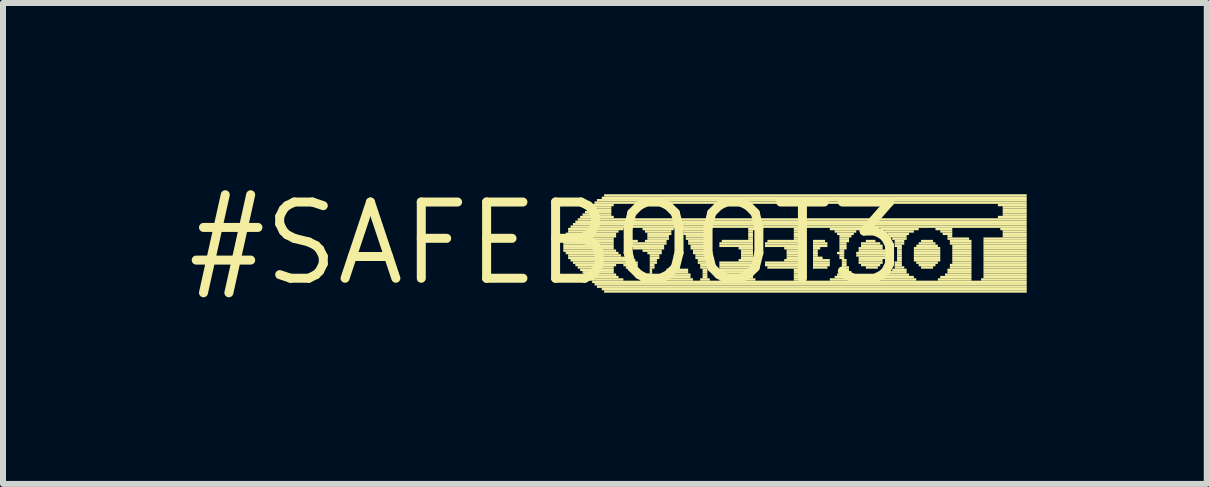
<source format=kicad_pcb>
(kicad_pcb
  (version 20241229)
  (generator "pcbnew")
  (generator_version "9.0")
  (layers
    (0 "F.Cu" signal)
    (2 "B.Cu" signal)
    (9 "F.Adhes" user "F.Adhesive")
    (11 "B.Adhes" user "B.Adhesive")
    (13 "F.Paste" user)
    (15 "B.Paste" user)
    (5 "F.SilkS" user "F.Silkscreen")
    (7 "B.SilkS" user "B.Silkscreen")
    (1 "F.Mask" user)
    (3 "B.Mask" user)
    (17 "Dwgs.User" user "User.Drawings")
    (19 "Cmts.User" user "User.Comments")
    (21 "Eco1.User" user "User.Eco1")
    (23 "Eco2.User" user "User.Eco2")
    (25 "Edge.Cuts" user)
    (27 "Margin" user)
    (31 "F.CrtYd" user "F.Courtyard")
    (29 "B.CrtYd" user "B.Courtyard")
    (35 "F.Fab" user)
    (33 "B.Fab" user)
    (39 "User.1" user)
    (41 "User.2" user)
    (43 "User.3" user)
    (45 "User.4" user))
  (footprint "#SAFEBOOT3"
    (layer "F.Cu")
    (at 6.055 1.006)
    (property "Reference" "#SAFEBOOT3" (at 0 0 0) (layer "F.SilkS") (effects (font (size 1.27 1.27) (thickness 0.15))))
    (fp_poly (pts (xy 0.28 -0.1) (xy 1.16 -0.1) (xy 1.16 -0.14) (xy 0.28 -0.14)) (stroke (width 0) (type solid)) (fill yes) (layer "F.SilkS"))
    (fp_poly (pts (xy 0.28 -0.06) (xy 1.12 -0.06) (xy 1.12 -0.1) (xy 0.28 -0.1)) (stroke (width 0) (type solid)) (fill yes) (layer "F.SilkS"))
    (fp_poly (pts (xy 0.28 -0.02) (xy 1.12 -0.02) (xy 1.12 -0.06) (xy 0.28 -0.06)) (stroke (width 0) (type solid)) (fill yes) (layer "F.SilkS"))
    (fp_poly (pts (xy 0.28 0.02) (xy 1.12 0.02) (xy 1.12 -0.02) (xy 0.28 -0.02)) (stroke (width 0) (type solid)) (fill yes) (layer "F.SilkS"))
    (fp_poly (pts (xy 0.28 0.06) (xy 1.12 0.06) (xy 1.12 0.02) (xy 0.28 0.02)) (stroke (width 0) (type solid)) (fill yes) (layer "F.SilkS"))
    (fp_poly (pts (xy 0.28 0.1) (xy 1.12 0.1) (xy 1.12 0.06) (xy 0.28 0.06)) (stroke (width 0) (type solid)) (fill yes) (layer "F.SilkS"))
    (fp_poly (pts (xy 0.28 0.14) (xy 1.16 0.14) (xy 1.16 0.1) (xy 0.28 0.1)) (stroke (width 0) (type solid)) (fill yes) (layer "F.SilkS"))
    (fp_poly (pts (xy 0.32 -0.14) (xy 1.16 -0.14) (xy 1.16 -0.18) (xy 0.32 -0.18)) (stroke (width 0) (type solid)) (fill yes) (layer "F.SilkS"))
    (fp_poly (pts (xy 0.32 0.18) (xy 1.2 0.18) (xy 1.2 0.14) (xy 0.32 0.14)) (stroke (width 0) (type solid)) (fill yes) (layer "F.SilkS"))
    (fp_poly (pts (xy 0.36 -0.22) (xy 1.28 -0.22) (xy 1.28 -0.26) (xy 0.36 -0.26)) (stroke (width 0) (type solid)) (fill yes) (layer "F.SilkS"))
    (fp_poly (pts (xy 0.36 -0.18) (xy 1.2 -0.18) (xy 1.2 -0.22) (xy 0.36 -0.22)) (stroke (width 0) (type solid)) (fill yes) (layer "F.SilkS"))
    (fp_poly (pts (xy 0.36 0.22) (xy 1.24 0.22) (xy 1.24 0.18) (xy 0.36 0.18)) (stroke (width 0) (type solid)) (fill yes) (layer "F.SilkS"))
    (fp_poly (pts (xy 0.36 0.26) (xy 1.32 0.26) (xy 1.32 0.22) (xy 0.36 0.22)) (stroke (width 0) (type solid)) (fill yes) (layer "F.SilkS"))
    (fp_poly (pts (xy 0.4 -0.26) (xy 8 -0.26) (xy 8 -0.3) (xy 0.4 -0.3)) (stroke (width 0) (type solid)) (fill yes) (layer "F.SilkS"))
    (fp_poly (pts (xy 0.4 0.3) (xy 1.48 0.3) (xy 1.48 0.26) (xy 0.4 0.26)) (stroke (width 0) (type solid)) (fill yes) (layer "F.SilkS"))
    (fp_poly (pts (xy 0.44 -0.3) (xy 8 -0.3) (xy 8 -0.34) (xy 0.44 -0.34)) (stroke (width 0) (type solid)) (fill yes) (layer "F.SilkS"))
    (fp_poly (pts (xy 0.44 0.34) (xy 1.52 0.34) (xy 1.52 0.3) (xy 0.44 0.3)) (stroke (width 0) (type solid)) (fill yes) (layer "F.SilkS"))
    (fp_poly (pts (xy 0.48 -0.34) (xy 8 -0.34) (xy 8 -0.38) (xy 0.48 -0.38)) (stroke (width 0) (type solid)) (fill yes) (layer "F.SilkS"))
    (fp_poly (pts (xy 0.48 0.38) (xy 1.16 0.38) (xy 1.16 0.34) (xy 0.48 0.34)) (stroke (width 0) (type solid)) (fill yes) (layer "F.SilkS"))
    (fp_poly (pts (xy 0.52 -0.38) (xy 8 -0.38) (xy 8 -0.42) (xy 0.52 -0.42)) (stroke (width 0) (type solid)) (fill yes) (layer "F.SilkS"))
    (fp_poly (pts (xy 0.52 0.42) (xy 1.12 0.42) (xy 1.12 0.38) (xy 0.52 0.38)) (stroke (width 0) (type solid)) (fill yes) (layer "F.SilkS"))
    (fp_poly (pts (xy 0.56 -0.42) (xy 1.12 -0.42) (xy 1.12 -0.46) (xy 0.56 -0.46)) (stroke (width 0) (type solid)) (fill yes) (layer "F.SilkS"))
    (fp_poly (pts (xy 0.56 0.46) (xy 1.12 0.46) (xy 1.12 0.42) (xy 0.56 0.42)) (stroke (width 0) (type solid)) (fill yes) (layer "F.SilkS"))
    (fp_poly (pts (xy 0.6 -0.46) (xy 1.08 -0.46) (xy 1.08 -0.5) (xy 0.6 -0.5)) (stroke (width 0) (type solid)) (fill yes) (layer "F.SilkS"))
    (fp_poly (pts (xy 0.6 0.5) (xy 1.12 0.5) (xy 1.12 0.46) (xy 0.6 0.46)) (stroke (width 0) (type solid)) (fill yes) (layer "F.SilkS"))
    (fp_poly (pts (xy 0.64 -0.5) (xy 1.08 -0.5) (xy 1.08 -0.54) (xy 0.64 -0.54)) (stroke (width 0) (type solid)) (fill yes) (layer "F.SilkS"))
    (fp_poly (pts (xy 0.64 0.54) (xy 1.16 0.54) (xy 1.16 0.5) (xy 0.64 0.5)) (stroke (width 0) (type solid)) (fill yes) (layer "F.SilkS"))
    (fp_poly (pts (xy 0.68 -0.54) (xy 1.08 -0.54) (xy 1.08 -0.58) (xy 0.68 -0.58)) (stroke (width 0) (type solid)) (fill yes) (layer "F.SilkS"))
    (fp_poly (pts (xy 0.68 0.58) (xy 1.2 0.58) (xy 1.2 0.54) (xy 0.68 0.54)) (stroke (width 0) (type solid)) (fill yes) (layer "F.SilkS"))
    (fp_poly (pts (xy 0.72 -0.58) (xy 1.08 -0.58) (xy 1.08 -0.62) (xy 0.72 -0.62)) (stroke (width 0) (type solid)) (fill yes) (layer "F.SilkS"))
    (fp_poly (pts (xy 0.72 0.62) (xy 1.28 0.62) (xy 1.28 0.58) (xy 0.72 0.58)) (stroke (width 0) (type solid)) (fill yes) (layer "F.SilkS"))
    (fp_poly (pts (xy 0.76 -0.62) (xy 1.12 -0.62) (xy 1.12 -0.66) (xy 0.76 -0.66)) (stroke (width 0) (type solid)) (fill yes) (layer "F.SilkS"))
    (fp_poly (pts (xy 0.76 0.66) (xy 8 0.66) (xy 8 0.62) (xy 0.76 0.62)) (stroke (width 0) (type solid)) (fill yes) (layer "F.SilkS"))
    (fp_poly (pts (xy 0.8 -0.66) (xy 8 -0.66) (xy 8 -0.7) (xy 0.8 -0.7)) (stroke (width 0) (type solid)) (fill yes) (layer "F.SilkS"))
    (fp_poly (pts (xy 0.8 0.7) (xy 8 0.7) (xy 8 0.66) (xy 0.8 0.66)) (stroke (width 0) (type solid)) (fill yes) (layer "F.SilkS"))
    (fp_poly (pts (xy 0.84 -0.7) (xy 8 -0.7) (xy 8 -0.74) (xy 0.84 -0.74)) (stroke (width 0) (type solid)) (fill yes) (layer "F.SilkS"))
    (fp_poly (pts (xy 0.84 0.74) (xy 8 0.74) (xy 8 0.7) (xy 0.84 0.7)) (stroke (width 0) (type solid)) (fill yes) (layer "F.SilkS"))
    (fp_poly (pts (xy 0.92 -0.74) (xy 8 -0.74) (xy 8 -0.78) (xy 0.92 -0.78)) (stroke (width 0) (type solid)) (fill yes) (layer "F.SilkS"))
    (fp_poly (pts (xy 0.92 0.78) (xy 8 0.78) (xy 8 0.74) (xy 0.92 0.74)) (stroke (width 0) (type solid)) (fill yes) (layer "F.SilkS"))
    (fp_poly (pts (xy 0.96 -0.78) (xy 8 -0.78) (xy 8 -0.82) (xy 0.96 -0.82)) (stroke (width 0) (type solid)) (fill yes) (layer "F.SilkS"))
    (fp_poly (pts (xy 0.96 0.82) (xy 8 0.82) (xy 8 0.78) (xy 0.96 0.78)) (stroke (width 0) (type solid)) (fill yes) (layer "F.SilkS"))
    (fp_poly (pts (xy 1.28 0.38) (xy 1.52 0.38) (xy 1.52 0.34) (xy 1.28 0.34)) (stroke (width 0) (type solid)) (fill yes) (layer "F.SilkS"))
    (fp_poly (pts (xy 1.32 -0.02) (xy 1.52 -0.02) (xy 1.52 -0.06) (xy 1.32 -0.06)) (stroke (width 0) (type solid)) (fill yes) (layer "F.SilkS"))
    (fp_poly (pts (xy 1.32 0.02) (xy 2 0.02) (xy 2 -0.02) (xy 1.32 -0.02)) (stroke (width 0) (type solid)) (fill yes) (layer "F.SilkS"))
    (fp_poly (pts (xy 1.32 0.42) (xy 1.52 0.42) (xy 1.52 0.38) (xy 1.32 0.38)) (stroke (width 0) (type solid)) (fill yes) (layer "F.SilkS"))
    (fp_poly (pts (xy 1.36 0.06) (xy 1.96 0.06) (xy 1.96 0.02) (xy 1.36 0.02)) (stroke (width 0) (type solid)) (fill yes) (layer "F.SilkS"))
    (fp_poly (pts (xy 1.44 0.1) (xy 1.96 0.1) (xy 1.96 0.06) (xy 1.44 0.06)) (stroke (width 0) (type solid)) (fill yes) (layer "F.SilkS"))
    (fp_poly (pts (xy 1.56 0.62) (xy 1.8 0.62) (xy 1.8 0.58) (xy 1.56 0.58)) (stroke (width 0) (type solid)) (fill yes) (layer "F.SilkS"))
    (fp_poly (pts (xy 1.6 -0.22) (xy 2.12 -0.22) (xy 2.12 -0.26) (xy 1.6 -0.26)) (stroke (width 0) (type solid)) (fill yes) (layer "F.SilkS"))
    (fp_poly (pts (xy 1.6 0.14) (xy 1.92 0.14) (xy 1.92 0.1) (xy 1.6 0.1)) (stroke (width 0) (type solid)) (fill yes) (layer "F.SilkS"))
    (fp_poly (pts (xy 1.64 -0.18) (xy 2.08 -0.18) (xy 2.08 -0.22) (xy 1.64 -0.22)) (stroke (width 0) (type solid)) (fill yes) (layer "F.SilkS"))
    (fp_poly (pts (xy 1.64 -0.02) (xy 2 -0.02) (xy 2 -0.06) (xy 1.64 -0.06)) (stroke (width 0) (type solid)) (fill yes) (layer "F.SilkS"))
    (fp_poly (pts (xy 1.64 0.58) (xy 1.76 0.58) (xy 1.76 0.54) (xy 1.64 0.54)) (stroke (width 0) (type solid)) (fill yes) (layer "F.SilkS"))
    (fp_poly (pts (xy 1.68 -0.14) (xy 2.08 -0.14) (xy 2.08 -0.18) (xy 1.68 -0.18)) (stroke (width 0) (type solid)) (fill yes) (layer "F.SilkS"))
    (fp_poly (pts (xy 1.68 -0.1) (xy 2.04 -0.1) (xy 2.04 -0.14) (xy 1.68 -0.14)) (stroke (width 0) (type solid)) (fill yes) (layer "F.SilkS"))
    (fp_poly (pts (xy 1.68 -0.06) (xy 2.04 -0.06) (xy 2.04 -0.1) (xy 1.68 -0.1)) (stroke (width 0) (type solid)) (fill yes) (layer "F.SilkS"))
    (fp_poly (pts (xy 1.68 0.18) (xy 1.92 0.18) (xy 1.92 0.14) (xy 1.68 0.14)) (stroke (width 0) (type solid)) (fill yes) (layer "F.SilkS"))
    (fp_poly (pts (xy 1.68 0.54) (xy 1.76 0.54) (xy 1.76 0.5) (xy 1.68 0.5)) (stroke (width 0) (type solid)) (fill yes) (layer "F.SilkS"))
    (fp_poly (pts (xy 1.72 0.22) (xy 1.88 0.22) (xy 1.88 0.18) (xy 1.72 0.18)) (stroke (width 0) (type solid)) (fill yes) (layer "F.SilkS"))
    (fp_poly (pts (xy 1.72 0.26) (xy 1.88 0.26) (xy 1.88 0.22) (xy 1.72 0.22)) (stroke (width 0) (type solid)) (fill yes) (layer "F.SilkS"))
    (fp_poly (pts (xy 1.72 0.3) (xy 1.84 0.3) (xy 1.84 0.26) (xy 1.72 0.26)) (stroke (width 0) (type solid)) (fill yes) (layer "F.SilkS"))
    (fp_poly (pts (xy 1.72 0.34) (xy 1.84 0.34) (xy 1.84 0.3) (xy 1.72 0.3)) (stroke (width 0) (type solid)) (fill yes) (layer "F.SilkS"))
    (fp_poly (pts (xy 1.72 0.38) (xy 1.8 0.38) (xy 1.8 0.34) (xy 1.72 0.34)) (stroke (width 0) (type solid)) (fill yes) (layer "F.SilkS"))
    (fp_poly (pts (xy 1.72 0.42) (xy 1.8 0.42) (xy 1.8 0.38) (xy 1.72 0.38)) (stroke (width 0) (type solid)) (fill yes) (layer "F.SilkS"))
    (fp_poly (pts (xy 1.72 0.46) (xy 1.76 0.46) (xy 1.76 0.42) (xy 1.72 0.42)) (stroke (width 0) (type solid)) (fill yes) (layer "F.SilkS"))
    (fp_poly (pts (xy 1.72 0.5) (xy 1.76 0.5) (xy 1.76 0.46) (xy 1.72 0.46)) (stroke (width 0) (type solid)) (fill yes) (layer "F.SilkS"))
    (fp_poly (pts (xy 1.92 0.62) (xy 2.44 0.62) (xy 2.44 0.58) (xy 1.92 0.58)) (stroke (width 0) (type solid)) (fill yes) (layer "F.SilkS"))
    (fp_poly (pts (xy 1.96 0.54) (xy 2.4 0.54) (xy 2.4 0.5) (xy 1.96 0.5)) (stroke (width 0) (type solid)) (fill yes) (layer "F.SilkS"))
    (fp_poly (pts (xy 1.96 0.58) (xy 2.4 0.58) (xy 2.4 0.54) (xy 1.96 0.54)) (stroke (width 0) (type solid)) (fill yes) (layer "F.SilkS"))
    (fp_poly (pts (xy 2 0.46) (xy 2.36 0.46) (xy 2.36 0.42) (xy 2 0.42)) (stroke (width 0) (type solid)) (fill yes) (layer "F.SilkS"))
    (fp_poly (pts (xy 2 0.5) (xy 2.36 0.5) (xy 2.36 0.46) (xy 2 0.46)) (stroke (width 0) (type solid)) (fill yes) (layer "F.SilkS"))
    (fp_poly (pts (xy 2.12 0.22) (xy 2.24 0.22) (xy 2.24 0.18) (xy 2.12 0.18)) (stroke (width 0) (type solid)) (fill yes) (layer "F.SilkS"))
    (fp_poly (pts (xy 2.12 0.26) (xy 2.24 0.26) (xy 2.24 0.22) (xy 2.12 0.22)) (stroke (width 0) (type solid)) (fill yes) (layer "F.SilkS"))
    (fp_poly (pts (xy 2.16 0.14) (xy 2.2 0.14) (xy 2.2 0.1) (xy 2.16 0.1)) (stroke (width 0) (type solid)) (fill yes) (layer "F.SilkS"))
    (fp_poly (pts (xy 2.16 0.18) (xy 2.2 0.18) (xy 2.2 0.14) (xy 2.16 0.14)) (stroke (width 0) (type solid)) (fill yes) (layer "F.SilkS"))
    (fp_poly (pts (xy 2.24 -0.22) (xy 2.72 -0.22) (xy 2.72 -0.26) (xy 2.24 -0.26)) (stroke (width 0) (type solid)) (fill yes) (layer "F.SilkS"))
    (fp_poly (pts (xy 2.28 -0.18) (xy 2.68 -0.18) (xy 2.68 -0.22) (xy 2.28 -0.22)) (stroke (width 0) (type solid)) (fill yes) (layer "F.SilkS"))
    (fp_poly (pts (xy 2.28 -0.14) (xy 2.68 -0.14) (xy 2.68 -0.18) (xy 2.28 -0.18)) (stroke (width 0) (type solid)) (fill yes) (layer "F.SilkS"))
    (fp_poly (pts (xy 2.32 -0.1) (xy 2.68 -0.1) (xy 2.68 -0.14) (xy 2.32 -0.14)) (stroke (width 0) (type solid)) (fill yes) (layer "F.SilkS"))
    (fp_poly (pts (xy 2.32 -0.06) (xy 2.68 -0.06) (xy 2.68 -0.1) (xy 2.32 -0.1)) (stroke (width 0) (type solid)) (fill yes) (layer "F.SilkS"))
    (fp_poly (pts (xy 2.36 -0.02) (xy 2.68 -0.02) (xy 2.68 -0.06) (xy 2.36 -0.06)) (stroke (width 0) (type solid)) (fill yes) (layer "F.SilkS"))
    (fp_poly (pts (xy 2.36 0.02) (xy 2.68 0.02) (xy 2.68 -0.02) (xy 2.36 -0.02)) (stroke (width 0) (type solid)) (fill yes) (layer "F.SilkS"))
    (fp_poly (pts (xy 2.4 0.06) (xy 2.68 0.06) (xy 2.68 0.02) (xy 2.4 0.02)) (stroke (width 0) (type solid)) (fill yes) (layer "F.SilkS"))
    (fp_poly (pts (xy 2.4 0.1) (xy 2.68 0.1) (xy 2.68 0.06) (xy 2.4 0.06)) (stroke (width 0) (type solid)) (fill yes) (layer "F.SilkS"))
    (fp_poly (pts (xy 2.44 0.14) (xy 2.68 0.14) (xy 2.68 0.1) (xy 2.44 0.1)) (stroke (width 0) (type solid)) (fill yes) (layer "F.SilkS"))
    (fp_poly (pts (xy 2.44 0.18) (xy 2.68 0.18) (xy 2.68 0.14) (xy 2.44 0.14)) (stroke (width 0) (type solid)) (fill yes) (layer "F.SilkS"))
    (fp_poly (pts (xy 2.48 0.22) (xy 2.68 0.22) (xy 2.68 0.18) (xy 2.48 0.18)) (stroke (width 0) (type solid)) (fill yes) (layer "F.SilkS"))
    (fp_poly (pts (xy 2.48 0.26) (xy 2.68 0.26) (xy 2.68 0.22) (xy 2.48 0.22)) (stroke (width 0) (type solid)) (fill yes) (layer "F.SilkS"))
    (fp_poly (pts (xy 2.52 0.3) (xy 2.68 0.3) (xy 2.68 0.26) (xy 2.52 0.26)) (stroke (width 0) (type solid)) (fill yes) (layer "F.SilkS"))
    (fp_poly (pts (xy 2.52 0.34) (xy 2.68 0.34) (xy 2.68 0.3) (xy 2.52 0.3)) (stroke (width 0) (type solid)) (fill yes) (layer "F.SilkS"))
    (fp_poly (pts (xy 2.56 0.38) (xy 2.68 0.38) (xy 2.68 0.34) (xy 2.56 0.34)) (stroke (width 0) (type solid)) (fill yes) (layer "F.SilkS"))
    (fp_poly (pts (xy 2.56 0.42) (xy 2.68 0.42) (xy 2.68 0.38) (xy 2.56 0.38)) (stroke (width 0) (type solid)) (fill yes) (layer "F.SilkS"))
    (fp_poly (pts (xy 2.56 0.62) (xy 2.72 0.62) (xy 2.72 0.58) (xy 2.56 0.58)) (stroke (width 0) (type solid)) (fill yes) (layer "F.SilkS"))
    (fp_poly (pts (xy 2.6 0.46) (xy 2.68 0.46) (xy 2.68 0.42) (xy 2.6 0.42)) (stroke (width 0) (type solid)) (fill yes) (layer "F.SilkS"))
    (fp_poly (pts (xy 2.6 0.5) (xy 2.68 0.5) (xy 2.68 0.46) (xy 2.6 0.46)) (stroke (width 0) (type solid)) (fill yes) (layer "F.SilkS"))
    (fp_poly (pts (xy 2.6 0.54) (xy 2.68 0.54) (xy 2.68 0.5) (xy 2.6 0.5)) (stroke (width 0) (type solid)) (fill yes) (layer "F.SilkS"))
    (fp_poly (pts (xy 2.6 0.58) (xy 2.68 0.58) (xy 2.68 0.54) (xy 2.6 0.54)) (stroke (width 0) (type solid)) (fill yes) (layer "F.SilkS"))
    (fp_poly (pts (xy 2.88 0.02) (xy 3.44 0.02) (xy 3.44 -0.02) (xy 2.88 -0.02)) (stroke (width 0) (type solid)) (fill yes) (layer "F.SilkS"))
    (fp_poly (pts (xy 2.88 0.06) (xy 3.44 0.06) (xy 3.44 0.02) (xy 2.88 0.02)) (stroke (width 0) (type solid)) (fill yes) (layer "F.SilkS"))
    (fp_poly (pts (xy 2.88 0.34) (xy 3.44 0.34) (xy 3.44 0.3) (xy 2.88 0.3)) (stroke (width 0) (type solid)) (fill yes) (layer "F.SilkS"))
    (fp_poly (pts (xy 2.88 0.38) (xy 3.44 0.38) (xy 3.44 0.34) (xy 2.88 0.34)) (stroke (width 0) (type solid)) (fill yes) (layer "F.SilkS"))
    (fp_poly (pts (xy 2.88 0.42) (xy 3.44 0.42) (xy 3.44 0.38) (xy 2.88 0.38)) (stroke (width 0) (type solid)) (fill yes) (layer "F.SilkS"))
    (fp_poly (pts (xy 2.88 0.46) (xy 3.44 0.46) (xy 3.44 0.42) (xy 2.88 0.42)) (stroke (width 0) (type solid)) (fill yes) (layer "F.SilkS"))
    (fp_poly (pts (xy 2.88 0.5) (xy 3.44 0.5) (xy 3.44 0.46) (xy 2.88 0.46)) (stroke (width 0) (type solid)) (fill yes) (layer "F.SilkS"))
    (fp_poly (pts (xy 2.88 0.54) (xy 3.44 0.54) (xy 3.44 0.5) (xy 2.88 0.5)) (stroke (width 0) (type solid)) (fill yes) (layer "F.SilkS"))
    (fp_poly (pts (xy 2.88 0.58) (xy 3.44 0.58) (xy 3.44 0.54) (xy 2.88 0.54)) (stroke (width 0) (type solid)) (fill yes) (layer "F.SilkS"))
    (fp_poly (pts (xy 2.88 0.62) (xy 3.48 0.62) (xy 3.48 0.58) (xy 2.88 0.58)) (stroke (width 0) (type solid)) (fill yes) (layer "F.SilkS"))
    (fp_poly (pts (xy 2.92 -0.02) (xy 3.44 -0.02) (xy 3.44 -0.06) (xy 2.92 -0.06)) (stroke (width 0) (type solid)) (fill yes) (layer "F.SilkS"))
    (fp_poly (pts (xy 3.2 0.1) (xy 3.44 0.1) (xy 3.44 0.06) (xy 3.2 0.06)) (stroke (width 0) (type solid)) (fill yes) (layer "F.SilkS"))
    (fp_poly (pts (xy 3.2 0.3) (xy 3.44 0.3) (xy 3.44 0.26) (xy 3.2 0.26)) (stroke (width 0) (type solid)) (fill yes) (layer "F.SilkS"))
    (fp_poly (pts (xy 3.24 0.14) (xy 3.44 0.14) (xy 3.44 0.1) (xy 3.24 0.1)) (stroke (width 0) (type solid)) (fill yes) (layer "F.SilkS"))
    (fp_poly (pts (xy 3.24 0.18) (xy 3.44 0.18) (xy 3.44 0.14) (xy 3.24 0.14)) (stroke (width 0) (type solid)) (fill yes) (layer "F.SilkS"))
    (fp_poly (pts (xy 3.24 0.22) (xy 3.44 0.22) (xy 3.44 0.18) (xy 3.24 0.18)) (stroke (width 0) (type solid)) (fill yes) (layer "F.SilkS"))
    (fp_poly (pts (xy 3.24 0.26) (xy 3.44 0.26) (xy 3.44 0.22) (xy 3.24 0.22)) (stroke (width 0) (type solid)) (fill yes) (layer "F.SilkS"))
    (fp_poly (pts (xy 3.36 -0.22) (xy 3.48 -0.22) (xy 3.48 -0.26) (xy 3.36 -0.26)) (stroke (width 0) (type solid)) (fill yes) (layer "F.SilkS"))
    (fp_poly (pts (xy 3.36 -0.18) (xy 3.44 -0.18) (xy 3.44 -0.22) (xy 3.36 -0.22)) (stroke (width 0) (type solid)) (fill yes) (layer "F.SilkS"))
    (fp_poly (pts (xy 3.36 -0.14) (xy 3.44 -0.14) (xy 3.44 -0.18) (xy 3.36 -0.18)) (stroke (width 0) (type solid)) (fill yes) (layer "F.SilkS"))
    (fp_poly (pts (xy 3.36 -0.1) (xy 3.44 -0.1) (xy 3.44 -0.14) (xy 3.36 -0.14)) (stroke (width 0) (type solid)) (fill yes) (layer "F.SilkS"))
    (fp_poly (pts (xy 3.36 -0.06) (xy 3.44 -0.06) (xy 3.44 -0.1) (xy 3.36 -0.1)) (stroke (width 0) (type solid)) (fill yes) (layer "F.SilkS"))
    (fp_poly (pts (xy 3.64 0.02) (xy 4.24 0.02) (xy 4.24 -0.02) (xy 3.64 -0.02)) (stroke (width 0) (type solid)) (fill yes) (layer "F.SilkS"))
    (fp_poly (pts (xy 3.64 0.06) (xy 4.24 0.06) (xy 4.24 0.02) (xy 3.64 0.02)) (stroke (width 0) (type solid)) (fill yes) (layer "F.SilkS"))
    (fp_poly (pts (xy 3.64 0.34) (xy 4.24 0.34) (xy 4.24 0.3) (xy 3.64 0.3)) (stroke (width 0) (type solid)) (fill yes) (layer "F.SilkS"))
    (fp_poly (pts (xy 3.64 0.38) (xy 4.24 0.38) (xy 4.24 0.34) (xy 3.64 0.34)) (stroke (width 0) (type solid)) (fill yes) (layer "F.SilkS"))
    (fp_poly (pts (xy 3.68 -0.02) (xy 4.24 -0.02) (xy 4.24 -0.06) (xy 3.68 -0.06)) (stroke (width 0) (type solid)) (fill yes) (layer "F.SilkS"))
    (fp_poly (pts (xy 3.68 0.42) (xy 4.24 0.42) (xy 4.24 0.38) (xy 3.68 0.38)) (stroke (width 0) (type solid)) (fill yes) (layer "F.SilkS"))
    (fp_poly (pts (xy 3.96 0.1) (xy 4.24 0.1) (xy 4.24 0.06) (xy 3.96 0.06)) (stroke (width 0) (type solid)) (fill yes) (layer "F.SilkS"))
    (fp_poly (pts (xy 3.96 0.3) (xy 4.24 0.3) (xy 4.24 0.26) (xy 3.96 0.26)) (stroke (width 0) (type solid)) (fill yes) (layer "F.SilkS"))
    (fp_poly (pts (xy 4 0.14) (xy 4.24 0.14) (xy 4.24 0.1) (xy 4 0.1)) (stroke (width 0) (type solid)) (fill yes) (layer "F.SilkS"))
    (fp_poly (pts (xy 4 0.18) (xy 4.24 0.18) (xy 4.24 0.14) (xy 4 0.14)) (stroke (width 0) (type solid)) (fill yes) (layer "F.SilkS"))
    (fp_poly (pts (xy 4 0.22) (xy 4.24 0.22) (xy 4.24 0.18) (xy 4 0.18)) (stroke (width 0) (type solid)) (fill yes) (layer "F.SilkS"))
    (fp_poly (pts (xy 4 0.26) (xy 4.24 0.26) (xy 4.24 0.22) (xy 4 0.22)) (stroke (width 0) (type solid)) (fill yes) (layer "F.SilkS"))
    (fp_poly (pts (xy 4.12 -0.22) (xy 4.24 -0.22) (xy 4.24 -0.26) (xy 4.12 -0.26)) (stroke (width 0) (type solid)) (fill yes) (layer "F.SilkS"))
    (fp_poly (pts (xy 4.12 -0.18) (xy 4.24 -0.18) (xy 4.24 -0.22) (xy 4.12 -0.22)) (stroke (width 0) (type solid)) (fill yes) (layer "F.SilkS"))
    (fp_poly (pts (xy 4.12 -0.14) (xy 4.24 -0.14) (xy 4.24 -0.18) (xy 4.12 -0.18)) (stroke (width 0) (type solid)) (fill yes) (layer "F.SilkS"))
    (fp_poly (pts (xy 4.12 -0.1) (xy 4.24 -0.1) (xy 4.24 -0.14) (xy 4.12 -0.14)) (stroke (width 0) (type solid)) (fill yes) (layer "F.SilkS"))
    (fp_poly (pts (xy 4.12 -0.06) (xy 4.24 -0.06) (xy 4.24 -0.1) (xy 4.12 -0.1)) (stroke (width 0) (type solid)) (fill yes) (layer "F.SilkS"))
    (fp_poly (pts (xy 4.12 0.46) (xy 4.24 0.46) (xy 4.24 0.42) (xy 4.12 0.42)) (stroke (width 0) (type solid)) (fill yes) (layer "F.SilkS"))
    (fp_poly (pts (xy 4.12 0.5) (xy 4.24 0.5) (xy 4.24 0.46) (xy 4.12 0.46)) (stroke (width 0) (type solid)) (fill yes) (layer "F.SilkS"))
    (fp_poly (pts (xy 4.12 0.54) (xy 4.24 0.54) (xy 4.24 0.5) (xy 4.12 0.5)) (stroke (width 0) (type solid)) (fill yes) (layer "F.SilkS"))
    (fp_poly (pts (xy 4.12 0.58) (xy 4.24 0.58) (xy 4.24 0.54) (xy 4.12 0.54)) (stroke (width 0) (type solid)) (fill yes) (layer "F.SilkS"))
    (fp_poly (pts (xy 4.12 0.62) (xy 4.24 0.62) (xy 4.24 0.58) (xy 4.12 0.58)) (stroke (width 0) (type solid)) (fill yes) (layer "F.SilkS"))
    (fp_poly (pts (xy 4.44 -0.02) (xy 4.64 -0.02) (xy 4.64 -0.06) (xy 4.44 -0.06)) (stroke (width 0) (type solid)) (fill yes) (layer "F.SilkS"))
    (fp_poly (pts (xy 4.44 0.02) (xy 4.68 0.02) (xy 4.68 -0.02) (xy 4.44 -0.02)) (stroke (width 0) (type solid)) (fill yes) (layer "F.SilkS"))
    (fp_poly (pts (xy 4.44 0.06) (xy 4.68 0.06) (xy 4.68 0.02) (xy 4.44 0.02)) (stroke (width 0) (type solid)) (fill yes) (layer "F.SilkS"))
    (fp_poly (pts (xy 4.44 0.1) (xy 4.56 0.1) (xy 4.56 0.06) (xy 4.44 0.06)) (stroke (width 0) (type solid)) (fill yes) (layer "F.SilkS"))
    (fp_poly (pts (xy 4.44 0.14) (xy 4.52 0.14) (xy 4.52 0.1) (xy 4.44 0.1)) (stroke (width 0) (type solid)) (fill yes) (layer "F.SilkS"))
    (fp_poly (pts (xy 4.44 0.18) (xy 4.52 0.18) (xy 4.52 0.14) (xy 4.44 0.14)) (stroke (width 0) (type solid)) (fill yes) (layer "F.SilkS"))
    (fp_poly (pts (xy 4.44 0.22) (xy 4.52 0.22) (xy 4.52 0.18) (xy 4.44 0.18)) (stroke (width 0) (type solid)) (fill yes) (layer "F.SilkS"))
    (fp_poly (pts (xy 4.44 0.26) (xy 4.6 0.26) (xy 4.6 0.22) (xy 4.44 0.22)) (stroke (width 0) (type solid)) (fill yes) (layer "F.SilkS"))
    (fp_poly (pts (xy 4.44 0.3) (xy 4.72 0.3) (xy 4.72 0.26) (xy 4.44 0.26)) (stroke (width 0) (type solid)) (fill yes) (layer "F.SilkS"))
    (fp_poly (pts (xy 4.44 0.34) (xy 4.72 0.34) (xy 4.72 0.3) (xy 4.44 0.3)) (stroke (width 0) (type solid)) (fill yes) (layer "F.SilkS"))
    (fp_poly (pts (xy 4.44 0.38) (xy 4.72 0.38) (xy 4.72 0.34) (xy 4.44 0.34)) (stroke (width 0) (type solid)) (fill yes) (layer "F.SilkS"))
    (fp_poly (pts (xy 4.44 0.42) (xy 4.68 0.42) (xy 4.68 0.38) (xy 4.44 0.38)) (stroke (width 0) (type solid)) (fill yes) (layer "F.SilkS"))
    (fp_poly (pts (xy 4.72 -0.22) (xy 5.24 -0.22) (xy 5.24 -0.26) (xy 4.72 -0.26)) (stroke (width 0) (type solid)) (fill yes) (layer "F.SilkS"))
    (fp_poly (pts (xy 4.72 0.62) (xy 5.24 0.62) (xy 5.24 0.58) (xy 4.72 0.58)) (stroke (width 0) (type solid)) (fill yes) (layer "F.SilkS"))
    (fp_poly (pts (xy 4.8 -0.18) (xy 5.16 -0.18) (xy 5.16 -0.22) (xy 4.8 -0.22)) (stroke (width 0) (type solid)) (fill yes) (layer "F.SilkS"))
    (fp_poly (pts (xy 4.8 0.58) (xy 5.16 0.58) (xy 5.16 0.54) (xy 4.8 0.54)) (stroke (width 0) (type solid)) (fill yes) (layer "F.SilkS"))
    (fp_poly (pts (xy 4.84 -0.14) (xy 5.12 -0.14) (xy 5.12 -0.18) (xy 4.84 -0.18)) (stroke (width 0) (type solid)) (fill yes) (layer "F.SilkS"))
    (fp_poly (pts (xy 4.84 0.18) (xy 4.96 0.18) (xy 4.96 0.14) (xy 4.84 0.14)) (stroke (width 0) (type solid)) (fill yes) (layer "F.SilkS"))
    (fp_poly (pts (xy 4.84 0.54) (xy 5.12 0.54) (xy 5.12 0.5) (xy 4.84 0.5)) (stroke (width 0) (type solid)) (fill yes) (layer "F.SilkS"))
    (fp_poly (pts (xy 4.88 -0.1) (xy 5.08 -0.1) (xy 5.08 -0.14) (xy 4.88 -0.14)) (stroke (width 0) (type solid)) (fill yes) (layer "F.SilkS"))
    (fp_poly (pts (xy 4.88 -0.06) (xy 5.04 -0.06) (xy 5.04 -0.1) (xy 4.88 -0.1)) (stroke (width 0) (type solid)) (fill yes) (layer "F.SilkS"))
    (fp_poly (pts (xy 4.88 -0.02) (xy 5.04 -0.02) (xy 5.04 -0.06) (xy 4.88 -0.06)) (stroke (width 0) (type solid)) (fill yes) (layer "F.SilkS"))
    (fp_poly (pts (xy 4.88 0.02) (xy 5 0.02) (xy 5 -0.02) (xy 4.88 -0.02)) (stroke (width 0) (type solid)) (fill yes) (layer "F.SilkS"))
    (fp_poly (pts (xy 4.88 0.06) (xy 5 0.06) (xy 5 0.02) (xy 4.88 0.02)) (stroke (width 0) (type solid)) (fill yes) (layer "F.SilkS"))
    (fp_poly (pts (xy 4.88 0.1) (xy 5 0.1) (xy 5 0.06) (xy 4.88 0.06)) (stroke (width 0) (type solid)) (fill yes) (layer "F.SilkS"))
    (fp_poly (pts (xy 4.88 0.14) (xy 4.96 0.14) (xy 4.96 0.1) (xy 4.88 0.1)) (stroke (width 0) (type solid)) (fill yes) (layer "F.SilkS"))
    (fp_poly (pts (xy 4.88 0.22) (xy 4.96 0.22) (xy 4.96 0.18) (xy 4.88 0.18)) (stroke (width 0) (type solid)) (fill yes) (layer "F.SilkS"))
    (fp_poly (pts (xy 4.88 0.26) (xy 4.96 0.26) (xy 4.96 0.22) (xy 4.88 0.22)) (stroke (width 0) (type solid)) (fill yes) (layer "F.SilkS"))
    (fp_poly (pts (xy 4.88 0.46) (xy 5.04 0.46) (xy 5.04 0.42) (xy 4.88 0.42)) (stroke (width 0) (type solid)) (fill yes) (layer "F.SilkS"))
    (fp_poly (pts (xy 4.88 0.5) (xy 5.08 0.5) (xy 5.08 0.46) (xy 4.88 0.46)) (stroke (width 0) (type solid)) (fill yes) (layer "F.SilkS"))
    (fp_poly (pts (xy 4.92 0.3) (xy 5 0.3) (xy 5 0.26) (xy 4.92 0.26)) (stroke (width 0) (type solid)) (fill yes) (layer "F.SilkS"))
    (fp_poly (pts (xy 4.92 0.34) (xy 5 0.34) (xy 5 0.3) (xy 4.92 0.3)) (stroke (width 0) (type solid)) (fill yes) (layer "F.SilkS"))
    (fp_poly (pts (xy 4.92 0.38) (xy 5 0.38) (xy 5 0.34) (xy 4.92 0.34)) (stroke (width 0) (type solid)) (fill yes) (layer "F.SilkS"))
    (fp_poly (pts (xy 4.92 0.42) (xy 5.04 0.42) (xy 5.04 0.38) (xy 4.92 0.38)) (stroke (width 0) (type solid)) (fill yes) (layer "F.SilkS"))
    (fp_poly (pts (xy 5.16 0.18) (xy 5.64 0.18) (xy 5.64 0.14) (xy 5.16 0.14)) (stroke (width 0) (type solid)) (fill yes) (layer "F.SilkS"))
    (fp_poly (pts (xy 5.16 0.22) (xy 5.64 0.22) (xy 5.64 0.18) (xy 5.16 0.18)) (stroke (width 0) (type solid)) (fill yes) (layer "F.SilkS"))
    (fp_poly (pts (xy 5.2 0.1) (xy 5.6 0.1) (xy 5.6 0.06) (xy 5.2 0.06)) (stroke (width 0) (type solid)) (fill yes) (layer "F.SilkS"))
    (fp_poly (pts (xy 5.2 0.14) (xy 5.64 0.14) (xy 5.64 0.1) (xy 5.2 0.1)) (stroke (width 0) (type solid)) (fill yes) (layer "F.SilkS"))
    (fp_poly (pts (xy 5.2 0.26) (xy 5.64 0.26) (xy 5.64 0.22) (xy 5.2 0.22)) (stroke (width 0) (type solid)) (fill yes) (layer "F.SilkS"))
    (fp_poly (pts (xy 5.2 0.3) (xy 5.6 0.3) (xy 5.6 0.26) (xy 5.2 0.26)) (stroke (width 0) (type solid)) (fill yes) (layer "F.SilkS"))
    (fp_poly (pts (xy 5.2 0.34) (xy 5.6 0.34) (xy 5.6 0.3) (xy 5.2 0.3)) (stroke (width 0) (type solid)) (fill yes) (layer "F.SilkS"))
    (fp_poly (pts (xy 5.24 0.02) (xy 5.56 0.02) (xy 5.56 -0.02) (xy 5.24 -0.02)) (stroke (width 0) (type solid)) (fill yes) (layer "F.SilkS"))
    (fp_poly (pts (xy 5.24 0.06) (xy 5.6 0.06) (xy 5.6 0.02) (xy 5.24 0.02)) (stroke (width 0) (type solid)) (fill yes) (layer "F.SilkS"))
    (fp_poly (pts (xy 5.24 0.38) (xy 5.56 0.38) (xy 5.56 0.34) (xy 5.24 0.34)) (stroke (width 0) (type solid)) (fill yes) (layer "F.SilkS"))
    (fp_poly (pts (xy 5.32 -0.02) (xy 5.48 -0.02) (xy 5.48 -0.06) (xy 5.32 -0.06)) (stroke (width 0) (type solid)) (fill yes) (layer "F.SilkS"))
    (fp_poly (pts (xy 5.32 0.42) (xy 5.52 0.42) (xy 5.52 0.38) (xy 5.32 0.38)) (stroke (width 0) (type solid)) (fill yes) (layer "F.SilkS"))
    (fp_poly (pts (xy 5.56 -0.22) (xy 6.2 -0.22) (xy 6.2 -0.26) (xy 5.56 -0.26)) (stroke (width 0) (type solid)) (fill yes) (layer "F.SilkS"))
    (fp_poly (pts (xy 5.56 0.62) (xy 6.16 0.62) (xy 6.16 0.58) (xy 5.56 0.58)) (stroke (width 0) (type solid)) (fill yes) (layer "F.SilkS"))
    (fp_poly (pts (xy 5.64 -0.18) (xy 6.12 -0.18) (xy 6.12 -0.22) (xy 5.64 -0.22)) (stroke (width 0) (type solid)) (fill yes) (layer "F.SilkS"))
    (fp_poly (pts (xy 5.64 0.58) (xy 6.12 0.58) (xy 6.12 0.54) (xy 5.64 0.54)) (stroke (width 0) (type solid)) (fill yes) (layer "F.SilkS"))
    (fp_poly (pts (xy 5.68 -0.14) (xy 6.04 -0.14) (xy 6.04 -0.18) (xy 5.68 -0.18)) (stroke (width 0) (type solid)) (fill yes) (layer "F.SilkS"))
    (fp_poly (pts (xy 5.68 0.54) (xy 6.04 0.54) (xy 6.04 0.5) (xy 5.68 0.5)) (stroke (width 0) (type solid)) (fill yes) (layer "F.SilkS"))
    (fp_poly (pts (xy 5.72 -0.1) (xy 6 -0.1) (xy 6 -0.14) (xy 5.72 -0.14)) (stroke (width 0) (type solid)) (fill yes) (layer "F.SilkS"))
    (fp_poly (pts (xy 5.72 0.5) (xy 6 0.5) (xy 6 0.46) (xy 5.72 0.46)) (stroke (width 0) (type solid)) (fill yes) (layer "F.SilkS"))
    (fp_poly (pts (xy 5.76 -0.06) (xy 6 -0.06) (xy 6 -0.1) (xy 5.76 -0.1)) (stroke (width 0) (type solid)) (fill yes) (layer "F.SilkS"))
    (fp_poly (pts (xy 5.76 0.46) (xy 6 0.46) (xy 6 0.42) (xy 5.76 0.42)) (stroke (width 0) (type solid)) (fill yes) (layer "F.SilkS"))
    (fp_poly (pts (xy 5.8 -0.02) (xy 5.96 -0.02) (xy 5.96 -0.06) (xy 5.8 -0.06)) (stroke (width 0) (type solid)) (fill yes) (layer "F.SilkS"))
    (fp_poly (pts (xy 5.8 0.02) (xy 5.96 0.02) (xy 5.96 -0.02) (xy 5.8 -0.02)) (stroke (width 0) (type solid)) (fill yes) (layer "F.SilkS"))
    (fp_poly (pts (xy 5.8 0.06) (xy 5.92 0.06) (xy 5.92 0.02) (xy 5.8 0.02)) (stroke (width 0) (type solid)) (fill yes) (layer "F.SilkS"))
    (fp_poly (pts (xy 5.8 0.34) (xy 5.92 0.34) (xy 5.92 0.3) (xy 5.8 0.3)) (stroke (width 0) (type solid)) (fill yes) (layer "F.SilkS"))
    (fp_poly (pts (xy 5.8 0.38) (xy 5.92 0.38) (xy 5.92 0.34) (xy 5.8 0.34)) (stroke (width 0) (type solid)) (fill yes) (layer "F.SilkS"))
    (fp_poly (pts (xy 5.8 0.42) (xy 5.96 0.42) (xy 5.96 0.38) (xy 5.8 0.38)) (stroke (width 0) (type solid)) (fill yes) (layer "F.SilkS"))
    (fp_poly (pts (xy 5.84 0.1) (xy 5.92 0.1) (xy 5.92 0.06) (xy 5.84 0.06)) (stroke (width 0) (type solid)) (fill yes) (layer "F.SilkS"))
    (fp_poly (pts (xy 5.84 0.14) (xy 5.92 0.14) (xy 5.92 0.1) (xy 5.84 0.1)) (stroke (width 0) (type solid)) (fill yes) (layer "F.SilkS"))
    (fp_poly (pts (xy 5.84 0.18) (xy 5.92 0.18) (xy 5.92 0.14) (xy 5.84 0.14)) (stroke (width 0) (type solid)) (fill yes) (layer "F.SilkS"))
    (fp_poly (pts (xy 5.84 0.22) (xy 5.92 0.22) (xy 5.92 0.18) (xy 5.84 0.18)) (stroke (width 0) (type solid)) (fill yes) (layer "F.SilkS"))
    (fp_poly (pts (xy 5.84 0.26) (xy 5.92 0.26) (xy 5.92 0.22) (xy 5.84 0.22)) (stroke (width 0) (type solid)) (fill yes) (layer "F.SilkS"))
    (fp_poly (pts (xy 5.84 0.3) (xy 5.92 0.3) (xy 5.92 0.26) (xy 5.84 0.26)) (stroke (width 0) (type solid)) (fill yes) (layer "F.SilkS"))
    (fp_poly (pts (xy 6.12 0.1) (xy 6.56 0.1) (xy 6.56 0.06) (xy 6.12 0.06)) (stroke (width 0) (type solid)) (fill yes) (layer "F.SilkS"))
    (fp_poly (pts (xy 6.12 0.14) (xy 6.56 0.14) (xy 6.56 0.1) (xy 6.12 0.1)) (stroke (width 0) (type solid)) (fill yes) (layer "F.SilkS"))
    (fp_poly (pts (xy 6.12 0.18) (xy 6.56 0.18) (xy 6.56 0.14) (xy 6.12 0.14)) (stroke (width 0) (type solid)) (fill yes) (layer "F.SilkS"))
    (fp_poly (pts (xy 6.12 0.22) (xy 6.56 0.22) (xy 6.56 0.18) (xy 6.12 0.18)) (stroke (width 0) (type solid)) (fill yes) (layer "F.SilkS"))
    (fp_poly (pts (xy 6.12 0.26) (xy 6.56 0.26) (xy 6.56 0.22) (xy 6.12 0.22)) (stroke (width 0) (type solid)) (fill yes) (layer "F.SilkS"))
    (fp_poly (pts (xy 6.12 0.3) (xy 6.56 0.3) (xy 6.56 0.26) (xy 6.12 0.26)) (stroke (width 0) (type solid)) (fill yes) (layer "F.SilkS"))
    (fp_poly (pts (xy 6.16 0.06) (xy 6.52 0.06) (xy 6.52 0.02) (xy 6.16 0.02)) (stroke (width 0) (type solid)) (fill yes) (layer "F.SilkS"))
    (fp_poly (pts (xy 6.16 0.34) (xy 6.52 0.34) (xy 6.52 0.3) (xy 6.16 0.3)) (stroke (width 0) (type solid)) (fill yes) (layer "F.SilkS"))
    (fp_poly (pts (xy 6.2 0.02) (xy 6.48 0.02) (xy 6.48 -0.02) (xy 6.2 -0.02)) (stroke (width 0) (type solid)) (fill yes) (layer "F.SilkS"))
    (fp_poly (pts (xy 6.2 0.38) (xy 6.48 0.38) (xy 6.48 0.34) (xy 6.2 0.34)) (stroke (width 0) (type solid)) (fill yes) (layer "F.SilkS"))
    (fp_poly (pts (xy 6.24 -0.02) (xy 6.44 -0.02) (xy 6.44 -0.06) (xy 6.24 -0.06)) (stroke (width 0) (type solid)) (fill yes) (layer "F.SilkS"))
    (fp_poly (pts (xy 6.24 0.42) (xy 6.44 0.42) (xy 6.44 0.38) (xy 6.24 0.38)) (stroke (width 0) (type solid)) (fill yes) (layer "F.SilkS"))
    (fp_poly (pts (xy 6.48 -0.22) (xy 6.76 -0.22) (xy 6.76 -0.26) (xy 6.48 -0.26)) (stroke (width 0) (type solid)) (fill yes) (layer "F.SilkS"))
    (fp_poly (pts (xy 6.52 0.62) (xy 7.08 0.62) (xy 7.08 0.58) (xy 6.52 0.58)) (stroke (width 0) (type solid)) (fill yes) (layer "F.SilkS"))
    (fp_poly (pts (xy 6.56 -0.18) (xy 6.76 -0.18) (xy 6.76 -0.22) (xy 6.56 -0.22)) (stroke (width 0) (type solid)) (fill yes) (layer "F.SilkS"))
    (fp_poly (pts (xy 6.56 0.58) (xy 7.08 0.58) (xy 7.08 0.54) (xy 6.56 0.54)) (stroke (width 0) (type solid)) (fill yes) (layer "F.SilkS"))
    (fp_poly (pts (xy 6.6 -0.14) (xy 6.76 -0.14) (xy 6.76 -0.18) (xy 6.6 -0.18)) (stroke (width 0) (type solid)) (fill yes) (layer "F.SilkS"))
    (fp_poly (pts (xy 6.64 0.54) (xy 7.08 0.54) (xy 7.08 0.5) (xy 6.64 0.5)) (stroke (width 0) (type solid)) (fill yes) (layer "F.SilkS"))
    (fp_poly (pts (xy 6.68 -0.1) (xy 6.76 -0.1) (xy 6.76 -0.14) (xy 6.68 -0.14)) (stroke (width 0) (type solid)) (fill yes) (layer "F.SilkS"))
    (fp_poly (pts (xy 6.68 -0.06) (xy 7.04 -0.06) (xy 7.04 -0.1) (xy 6.68 -0.1)) (stroke (width 0) (type solid)) (fill yes) (layer "F.SilkS"))
    (fp_poly (pts (xy 6.68 0.46) (xy 7.08 0.46) (xy 7.08 0.42) (xy 6.68 0.42)) (stroke (width 0) (type solid)) (fill yes) (layer "F.SilkS"))
    (fp_poly (pts (xy 6.68 0.5) (xy 7.08 0.5) (xy 7.08 0.46) (xy 6.68 0.46)) (stroke (width 0) (type solid)) (fill yes) (layer "F.SilkS"))
    (fp_poly (pts (xy 6.72 -0.02) (xy 7.08 -0.02) (xy 7.08 -0.06) (xy 6.72 -0.06)) (stroke (width 0) (type solid)) (fill yes) (layer "F.SilkS"))
    (fp_poly (pts (xy 6.72 0.02) (xy 7.08 0.02) (xy 7.08 -0.02) (xy 6.72 -0.02)) (stroke (width 0) (type solid)) (fill yes) (layer "F.SilkS"))
    (fp_poly (pts (xy 6.72 0.38) (xy 7.08 0.38) (xy 7.08 0.34) (xy 6.72 0.34)) (stroke (width 0) (type solid)) (fill yes) (layer "F.SilkS"))
    (fp_poly (pts (xy 6.72 0.42) (xy 7.08 0.42) (xy 7.08 0.38) (xy 6.72 0.38)) (stroke (width 0) (type solid)) (fill yes) (layer "F.SilkS"))
    (fp_poly (pts (xy 6.76 0.06) (xy 7.08 0.06) (xy 7.08 0.02) (xy 6.76 0.02)) (stroke (width 0) (type solid)) (fill yes) (layer "F.SilkS"))
    (fp_poly (pts (xy 6.76 0.1) (xy 7.08 0.1) (xy 7.08 0.06) (xy 6.76 0.06)) (stroke (width 0) (type solid)) (fill yes) (layer "F.SilkS"))
    (fp_poly (pts (xy 6.76 0.14) (xy 7.08 0.14) (xy 7.08 0.1) (xy 6.76 0.1)) (stroke (width 0) (type solid)) (fill yes) (layer "F.SilkS"))
    (fp_poly (pts (xy 6.76 0.18) (xy 7.08 0.18) (xy 7.08 0.14) (xy 6.76 0.14)) (stroke (width 0) (type solid)) (fill yes) (layer "F.SilkS"))
    (fp_poly (pts (xy 6.76 0.22) (xy 7.08 0.22) (xy 7.08 0.18) (xy 6.76 0.18)) (stroke (width 0) (type solid)) (fill yes) (layer "F.SilkS"))
    (fp_poly (pts (xy 6.76 0.26) (xy 7.08 0.26) (xy 7.08 0.22) (xy 6.76 0.22)) (stroke (width 0) (type solid)) (fill yes) (layer "F.SilkS"))
    (fp_poly (pts (xy 6.76 0.3) (xy 7.08 0.3) (xy 7.08 0.26) (xy 6.76 0.26)) (stroke (width 0) (type solid)) (fill yes) (layer "F.SilkS"))
    (fp_poly (pts (xy 6.76 0.34) (xy 7.08 0.34) (xy 7.08 0.3) (xy 6.76 0.3)) (stroke (width 0) (type solid)) (fill yes) (layer "F.SilkS"))
    (fp_poly (pts (xy 7.24 0.62) (xy 8 0.62) (xy 8 0.58) (xy 7.24 0.58)) (stroke (width 0) (type solid)) (fill yes) (layer "F.SilkS"))
    (fp_poly (pts (xy 7.28 -0.06) (xy 8 -0.06) (xy 8 -0.1) (xy 7.28 -0.1)) (stroke (width 0) (type solid)) (fill yes) (layer "F.SilkS"))
    (fp_poly (pts (xy 7.28 -0.02) (xy 8 -0.02) (xy 8 -0.06) (xy 7.28 -0.06)) (stroke (width 0) (type solid)) (fill yes) (layer "F.SilkS"))
    (fp_poly (pts (xy 7.28 0.02) (xy 8 0.02) (xy 8 -0.02) (xy 7.28 -0.02)) (stroke (width 0) (type solid)) (fill yes) (layer "F.SilkS"))
    (fp_poly (pts (xy 7.28 0.06) (xy 8 0.06) (xy 8 0.02) (xy 7.28 0.02)) (stroke (width 0) (type solid)) (fill yes) (layer "F.SilkS"))
    (fp_poly (pts (xy 7.28 0.1) (xy 8 0.1) (xy 8 0.06) (xy 7.28 0.06)) (stroke (width 0) (type solid)) (fill yes) (layer "F.SilkS"))
    (fp_poly (pts (xy 7.28 0.14) (xy 8 0.14) (xy 8 0.1) (xy 7.28 0.1)) (stroke (width 0) (type solid)) (fill yes) (layer "F.SilkS"))
    (fp_poly (pts (xy 7.28 0.18) (xy 8 0.18) (xy 8 0.14) (xy 7.28 0.14)) (stroke (width 0) (type solid)) (fill yes) (layer "F.SilkS"))
    (fp_poly (pts (xy 7.28 0.22) (xy 8 0.22) (xy 8 0.18) (xy 7.28 0.18)) (stroke (width 0) (type solid)) (fill yes) (layer "F.SilkS"))
    (fp_poly (pts (xy 7.28 0.26) (xy 8 0.26) (xy 8 0.22) (xy 7.28 0.22)) (stroke (width 0) (type solid)) (fill yes) (layer "F.SilkS"))
    (fp_poly (pts (xy 7.28 0.3) (xy 8 0.3) (xy 8 0.26) (xy 7.28 0.26)) (stroke (width 0) (type solid)) (fill yes) (layer "F.SilkS"))
    (fp_poly (pts (xy 7.28 0.34) (xy 8 0.34) (xy 8 0.3) (xy 7.28 0.3)) (stroke (width 0) (type solid)) (fill yes) (layer "F.SilkS"))
    (fp_poly (pts (xy 7.28 0.38) (xy 8 0.38) (xy 8 0.34) (xy 7.28 0.34)) (stroke (width 0) (type solid)) (fill yes) (layer "F.SilkS"))
    (fp_poly (pts (xy 7.28 0.42) (xy 8 0.42) (xy 8 0.38) (xy 7.28 0.38)) (stroke (width 0) (type solid)) (fill yes) (layer "F.SilkS"))
    (fp_poly (pts (xy 7.28 0.46) (xy 8 0.46) (xy 8 0.42) (xy 7.28 0.42)) (stroke (width 0) (type solid)) (fill yes) (layer "F.SilkS"))
    (fp_poly (pts (xy 7.28 0.5) (xy 8 0.5) (xy 8 0.46) (xy 7.28 0.46)) (stroke (width 0) (type solid)) (fill yes) (layer "F.SilkS"))
    (fp_poly (pts (xy 7.28 0.54) (xy 8 0.54) (xy 8 0.5) (xy 7.28 0.5)) (stroke (width 0) (type solid)) (fill yes) (layer "F.SilkS"))
    (fp_poly (pts (xy 7.28 0.58) (xy 8 0.58) (xy 8 0.54) (xy 7.28 0.54)) (stroke (width 0) (type solid)) (fill yes) (layer "F.SilkS"))
    (fp_poly (pts (xy 7.52 -0.62) (xy 8 -0.62) (xy 8 -0.66) (xy 7.52 -0.66)) (stroke (width 0) (type solid)) (fill yes) (layer "F.SilkS"))
    (fp_poly (pts (xy 7.52 -0.42) (xy 8 -0.42) (xy 8 -0.46) (xy 7.52 -0.46)) (stroke (width 0) (type solid)) (fill yes) (layer "F.SilkS"))
    (fp_poly (pts (xy 7.56 -0.22) (xy 8 -0.22) (xy 8 -0.26) (xy 7.56 -0.26)) (stroke (width 0) (type solid)) (fill yes) (layer "F.SilkS"))
    (fp_poly (pts (xy 7.6 -0.58) (xy 8 -0.58) (xy 8 -0.62) (xy 7.6 -0.62)) (stroke (width 0) (type solid)) (fill yes) (layer "F.SilkS"))
    (fp_poly (pts (xy 7.6 -0.54) (xy 8 -0.54) (xy 8 -0.58) (xy 7.6 -0.58)) (stroke (width 0) (type solid)) (fill yes) (layer "F.SilkS"))
    (fp_poly (pts (xy 7.6 -0.5) (xy 8 -0.5) (xy 8 -0.54) (xy 7.6 -0.54)) (stroke (width 0) (type solid)) (fill yes) (layer "F.SilkS"))
    (fp_poly (pts (xy 7.6 -0.46) (xy 8 -0.46) (xy 8 -0.5) (xy 7.6 -0.5)) (stroke (width 0) (type solid)) (fill yes) (layer "F.SilkS"))
    (fp_poly (pts (xy 7.6 -0.18) (xy 8 -0.18) (xy 8 -0.22) (xy 7.6 -0.22)) (stroke (width 0) (type solid)) (fill yes) (layer "F.SilkS"))
    (fp_poly (pts (xy 7.6 -0.14) (xy 8 -0.14) (xy 8 -0.18) (xy 7.6 -0.18)) (stroke (width 0) (type solid)) (fill yes) (layer "F.SilkS"))
    (fp_poly (pts (xy 7.6 -0.1) (xy 8 -0.1) (xy 8 -0.14) (xy 7.6 -0.14)) (stroke (width 0) (type solid)) (fill yes) (layer "F.SilkS")))
  (gr_rect
    (start -3 -3)
    (end 17.055 5.012)
    (stroke (width 0.1) (type default))
    (fill no)
    (layer "Edge.Cuts")))
</source>
